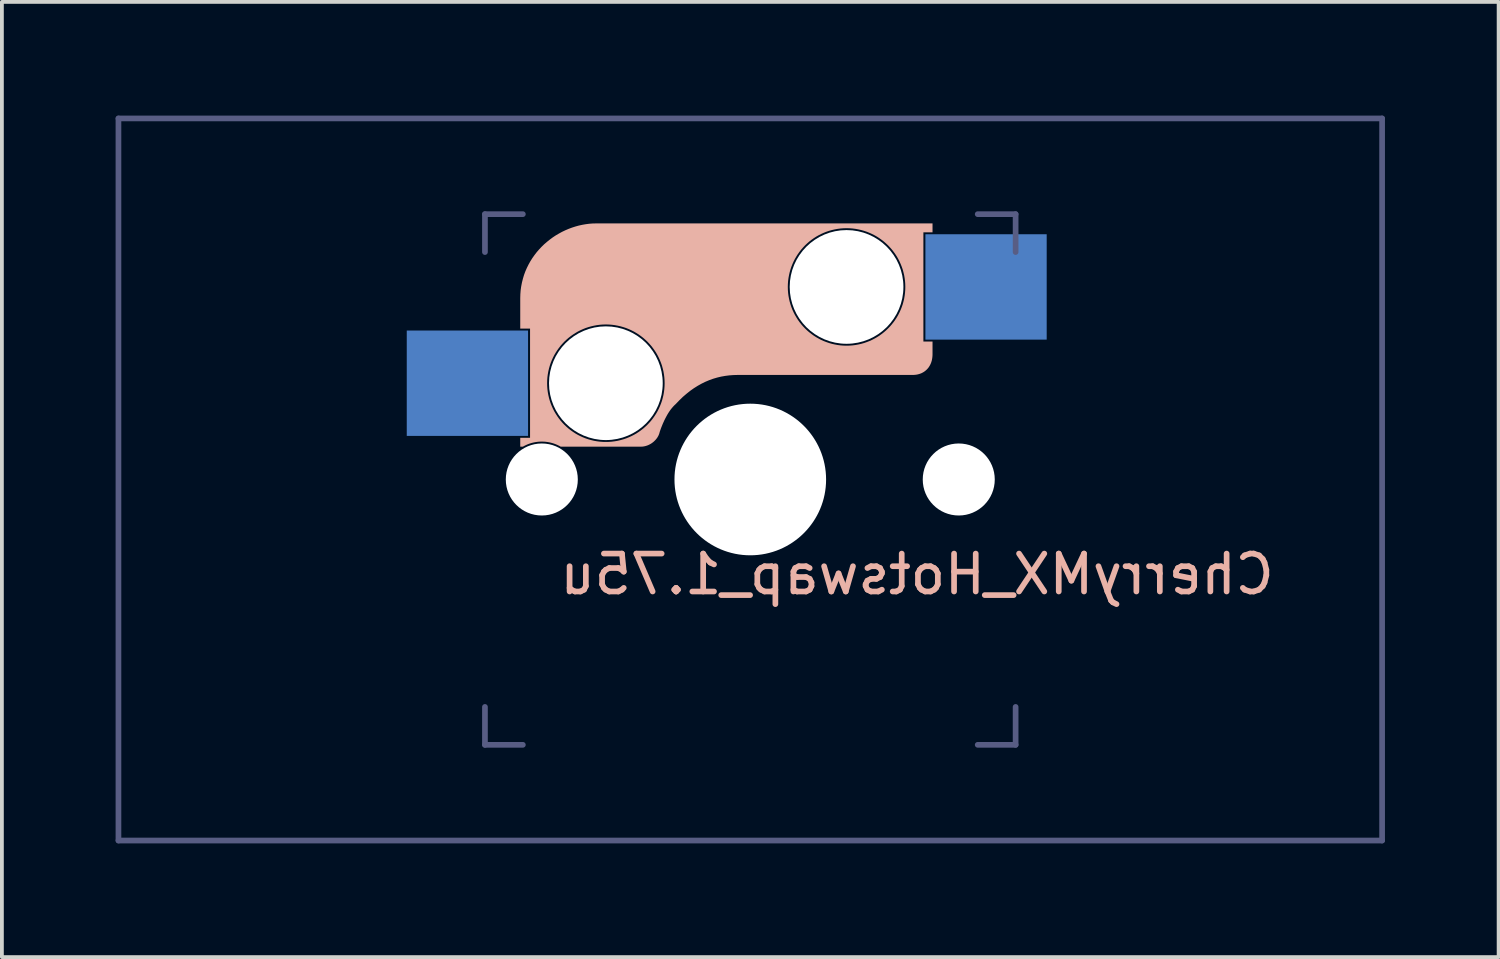
<source format=kicad_pcb>
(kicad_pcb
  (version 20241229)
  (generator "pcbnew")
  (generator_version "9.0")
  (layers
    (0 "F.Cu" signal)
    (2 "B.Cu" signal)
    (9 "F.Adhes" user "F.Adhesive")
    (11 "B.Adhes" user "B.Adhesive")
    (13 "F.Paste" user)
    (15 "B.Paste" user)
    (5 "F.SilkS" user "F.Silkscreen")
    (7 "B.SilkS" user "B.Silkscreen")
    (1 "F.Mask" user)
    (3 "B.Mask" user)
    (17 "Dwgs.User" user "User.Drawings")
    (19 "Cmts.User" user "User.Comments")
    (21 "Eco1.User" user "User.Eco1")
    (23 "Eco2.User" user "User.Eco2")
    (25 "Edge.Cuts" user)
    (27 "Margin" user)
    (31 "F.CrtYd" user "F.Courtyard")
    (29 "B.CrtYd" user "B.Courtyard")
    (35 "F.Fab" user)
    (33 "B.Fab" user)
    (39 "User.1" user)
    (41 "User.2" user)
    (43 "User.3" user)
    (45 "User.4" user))
  (footprint "CherryMX_Hotswap_1.75u"
    (layer "F.Cu")
    (at 16.744 9.6)
    (property "Reference" "CherryMX_Hotswap_1.75u" (at 4.4 2.5 0) (unlocked yes) (layer "B.SilkS") (effects (font (size 1 1) (thickness 0.15)) (justify mirror)))
    (attr through_hole)
    (fp_poly (pts (xy 4.808 -6.52) (xy 4.567 -6.52) (xy 4.567 -3.64) (xy 4.808 -3.64) (xy 4.808 -3.302) (xy 4.807 -3.272) (xy 4.805 -3.243) (xy 4.802 -3.215) (xy 4.798 -3.187) (xy 4.793 -3.16) (xy 4.787 -3.133) (xy 4.779 -3.108) (xy 4.771 -3.082) (xy 4.761 -3.058) (xy 4.75 -3.034) (xy 4.739 -3.012) (xy 4.726 -2.99) (xy 4.712 -2.968) (xy 4.698 -2.948) (xy 4.682 -2.929) (xy 4.665 -2.91) (xy 4.648 -2.893) (xy 4.629 -2.876) (xy 4.61 -2.861) (xy 4.59 -2.846) (xy 4.568 -2.832) (xy 4.546 -2.82) (xy 4.524 -2.808) (xy 4.5 -2.798) (xy 4.476 -2.789) (xy 4.45 -2.781) (xy 4.424 -2.774) (xy 4.397 -2.768) (xy 4.37 -2.764) (xy 4.342 -2.761) (xy 4.313 -2.759) (xy 4.283 -2.758) (xy -0.336 -2.758) (xy -0.446 -2.755) (xy -0.554 -2.747) (xy -0.662 -2.733) (xy -0.769 -2.714) (xy -0.874 -2.689) (xy -0.979 -2.658) (xy -1.082 -2.621) (xy -1.184 -2.578) (xy -1.286 -2.528) (xy -1.386 -2.472) (xy -1.485 -2.41) (xy -1.584 -2.34) (xy -1.681 -2.263) (xy -1.778 -2.18) (xy -1.873 -2.088) (xy -1.968 -1.989) (xy -2.003 -1.957) (xy -2.036 -1.922) (xy -2.068 -1.885) (xy -2.1 -1.845) (xy -2.13 -1.803) (xy -2.159 -1.759) (xy -2.187 -1.713) (xy -2.213 -1.666) (xy -2.239 -1.617) (xy -2.264 -1.568) (xy -2.287 -1.517) (xy -2.31 -1.466) (xy -2.331 -1.414) (xy -2.352 -1.362) (xy -2.371 -1.309) (xy -2.389 -1.257) (xy -2.394 -1.238) (xy -2.399 -1.219) (xy -2.406 -1.199) (xy -2.413 -1.181) (xy -2.421 -1.162) (xy -2.43 -1.144) (xy -2.441 -1.126) (xy -2.451 -1.108) (xy -2.463 -1.091) (xy -2.476 -1.074) (xy -2.489 -1.058) (xy -2.503 -1.042) (xy -2.518 -1.027) (xy -2.533 -1.012) (xy -2.549 -0.997) (xy -2.565 -0.984) (xy -2.582 -0.971) (xy -2.6 -0.958) (xy -2.618 -0.946) (xy -2.637 -0.935) (xy -2.656 -0.925) (xy -2.675 -0.915) (xy -2.695 -0.906) (xy -2.715 -0.898) (xy -2.736 -0.891) (xy -2.756 -0.885) (xy -2.777 -0.879) (xy -2.798 -0.875) (xy -2.82 -0.871) (xy -2.841 -0.868) (xy -2.863 -0.867) (xy -2.884 -0.866) (xy -5.001 -0.866) (xy -5.029 -0.882) (xy -5.057 -0.896) (xy -5.086 -0.91) (xy -5.116 -0.923) (xy -5.145 -0.935) (xy -5.176 -0.946) (xy -5.206 -0.956) (xy -5.238 -0.965) (xy -5.269 -0.973) (xy -5.301 -0.98) (xy -5.333 -0.986) (xy -5.366 -0.991) (xy -5.399 -0.995) (xy -5.432 -0.998) (xy -5.466 -0.999) (xy -5.5 -1) (xy -5.534 -0.999) (xy -5.567 -0.998) (xy -5.601 -0.995) (xy -5.634 -0.991) (xy -5.667 -0.986) (xy -5.699 -0.98) (xy -5.731 -0.973) (xy -5.763 -0.965) (xy -5.794 -0.956) (xy -5.824 -0.946) (xy -5.855 -0.935) (xy -5.885 -0.923) (xy -5.914 -0.91) (xy -5.943 -0.896) (xy -5.971 -0.882) (xy -5.999 -0.866) (xy -6.069 -0.866) (xy -6.069 -1.1) (xy -5.81 -1.1) (xy -5.81 -2.54) (xy -5.36 -2.54) (xy -5.358 -2.461) (xy -5.352 -2.382) (xy -5.342 -2.304) (xy -5.328 -2.228) (xy -5.311 -2.153) (xy -5.29 -2.079) (xy -5.266 -2.007) (xy -5.238 -1.937) (xy -5.207 -1.868) (xy -5.173 -1.801) (xy -5.135 -1.737) (xy -5.095 -1.674) (xy -5.052 -1.613) (xy -5.006 -1.554) (xy -4.957 -1.498) (xy -4.906 -1.444) (xy -4.852 -1.393) (xy -4.796 -1.344) (xy -4.737 -1.298) (xy -4.676 -1.255) (xy -4.613 -1.214) (xy -4.549 -1.177) (xy -4.482 -1.143) (xy -4.413 -1.112) (xy -4.343 -1.084) (xy -4.271 -1.06) (xy -4.197 -1.039) (xy -4.122 -1.021) (xy -4.046 -1.008) (xy -3.968 -0.998) (xy -3.89 -0.992) (xy -3.81 -0.99) (xy -3.73 -0.992) (xy -3.652 -0.998) (xy -3.574 -1.008) (xy -3.498 -1.021) (xy -3.423 -1.039) (xy -3.349 -1.06) (xy -3.277 -1.084) (xy -3.207 -1.112) (xy -3.138 -1.143) (xy -3.071 -1.177) (xy -3.006 -1.214) (xy -2.943 -1.255) (xy -2.883 -1.298) (xy -2.824 -1.344) (xy -2.768 -1.393) (xy -2.714 -1.444) (xy -2.663 -1.498) (xy -2.614 -1.554) (xy -2.568 -1.613) (xy -2.525 -1.674) (xy -2.484 -1.737) (xy -2.447 -1.801) (xy -2.413 -1.868) (xy -2.382 -1.937) (xy -2.354 -2.007) (xy -2.329 -2.079) (xy -2.309 -2.153) (xy -2.291 -2.228) (xy -2.278 -2.304) (xy -2.268 -2.382) (xy -2.262 -2.461) (xy -2.26 -2.54) (xy -2.262 -2.62) (xy -2.268 -2.699) (xy -2.278 -2.776) (xy -2.291 -2.852) (xy -2.309 -2.927) (xy -2.329 -3.001) (xy -2.354 -3.073) (xy -2.382 -3.143) (xy -2.413 -3.212) (xy -2.447 -3.279) (xy -2.484 -3.344) (xy -2.525 -3.406) (xy -2.568 -3.467) (xy -2.614 -3.526) (xy -2.663 -3.582) (xy -2.714 -3.636) (xy -2.768 -3.687) (xy -2.824 -3.736) (xy -2.883 -3.782) (xy -2.943 -3.825) (xy -3.006 -3.865) (xy -3.071 -3.903) (xy -3.138 -3.937) (xy -3.207 -3.968) (xy -3.277 -3.996) (xy -3.349 -4.02) (xy -3.423 -4.041) (xy -3.498 -4.058) (xy -3.574 -4.072) (xy -3.652 -4.082) (xy -3.73 -4.088) (xy -3.81 -4.09) (xy -3.89 -4.088) (xy -3.968 -4.082) (xy -4.046 -4.072) (xy -4.122 -4.058) (xy -4.197 -4.041) (xy -4.271 -4.02) (xy -4.343 -3.996) (xy -4.413 -3.968) (xy -4.482 -3.937) (xy -4.549 -3.903) (xy -4.613 -3.865) (xy -4.676 -3.825) (xy -4.737 -3.782) (xy -4.796 -3.736) (xy -4.852 -3.687) (xy -4.906 -3.636) (xy -4.957 -3.582) (xy -5.006 -3.526) (xy -5.052 -3.467) (xy -5.095 -3.406) (xy -5.135 -3.344) (xy -5.173 -3.279) (xy -5.207 -3.212) (xy -5.238 -3.143) (xy -5.266 -3.073) (xy -5.29 -3.001) (xy -5.311 -2.927) (xy -5.328 -2.852) (xy -5.342 -2.776) (xy -5.352 -2.699) (xy -5.358 -2.62) (xy -5.36 -2.54) (xy -5.81 -2.54) (xy -5.81 -3.98) (xy -6.069 -3.98) (xy -6.069 -4.779) (xy -6.066 -4.887) (xy -6.058 -4.994) (xy -6.046 -5.08) (xy 0.99 -5.08) (xy 0.992 -5) (xy 0.998 -4.922) (xy 1.008 -4.844) (xy 1.022 -4.768) (xy 1.039 -4.693) (xy 1.06 -4.62) (xy 1.084 -4.548) (xy 1.112 -4.477) (xy 1.143 -4.409) (xy 1.177 -4.342) (xy 1.215 -4.277) (xy 1.255 -4.214) (xy 1.298 -4.153) (xy 1.344 -4.095) (xy 1.393 -4.038) (xy 1.444 -3.985) (xy 1.498 -3.933) (xy 1.554 -3.885) (xy 1.613 -3.839) (xy 1.674 -3.795) (xy 1.737 -3.755) (xy 1.802 -3.718) (xy 1.868 -3.683) (xy 1.937 -3.652) (xy 2.007 -3.625) (xy 2.079 -3.6) (xy 2.153 -3.579) (xy 2.228 -3.562) (xy 2.304 -3.548) (xy 2.382 -3.538) (xy 2.46 -3.532) (xy 2.54 -3.53) (xy 2.62 -3.532) (xy 2.698 -3.538) (xy 2.776 -3.548) (xy 2.852 -3.562) (xy 2.927 -3.579) (xy 3.001 -3.6) (xy 3.073 -3.625) (xy 3.143 -3.652) (xy 3.212 -3.683) (xy 3.279 -3.718) (xy 3.344 -3.755) (xy 3.407 -3.795) (xy 3.467 -3.839) (xy 3.526 -3.885) (xy 3.582 -3.933) (xy 3.636 -3.985) (xy 3.687 -4.038) (xy 3.736 -4.095) (xy 3.782 -4.153) (xy 3.825 -4.214) (xy 3.866 -4.277) (xy 3.903 -4.342) (xy 3.937 -4.409) (xy 3.968 -4.477) (xy 3.996 -4.548) (xy 4.021 -4.62) (xy 4.041 -4.693) (xy 4.059 -4.768) (xy 4.072 -4.844) (xy 4.082 -4.922) (xy 4.088 -5) (xy 4.09 -5.08) (xy 4.088 -5.16) (xy 4.082 -5.239) (xy 4.072 -5.316) (xy 4.059 -5.392) (xy 4.041 -5.467) (xy 4.021 -5.541) (xy 3.996 -5.613) (xy 3.968 -5.683) (xy 3.937 -5.752) (xy 3.903 -5.819) (xy 3.866 -5.884) (xy 3.825 -5.947) (xy 3.782 -6.007) (xy 3.736 -6.066) (xy 3.687 -6.122) (xy 3.636 -6.176) (xy 3.582 -6.227) (xy 3.526 -6.276) (xy 3.467 -6.322) (xy 3.407 -6.365) (xy 3.344 -6.406) (xy 3.279 -6.443) (xy 3.212 -6.477) (xy 3.143 -6.508) (xy 3.073 -6.536) (xy 3.001 -6.56) (xy 2.927 -6.581) (xy 2.852 -6.598) (xy 2.776 -6.612) (xy 2.698 -6.622) (xy 2.62 -6.628) (xy 2.54 -6.63) (xy 2.46 -6.628) (xy 2.382 -6.622) (xy 2.304 -6.612) (xy 2.228 -6.598) (xy 2.153 -6.581) (xy 2.079 -6.56) (xy 2.007 -6.536) (xy 1.937 -6.508) (xy 1.868 -6.477) (xy 1.802 -6.443) (xy 1.737 -6.406) (xy 1.674 -6.365) (xy 1.613 -6.322) (xy 1.554 -6.276) (xy 1.498 -6.227) (xy 1.444 -6.176) (xy 1.393 -6.122) (xy 1.344 -6.066) (xy 1.298 -6.007) (xy 1.255 -5.947) (xy 1.215 -5.884) (xy 1.177 -5.819) (xy 1.143 -5.752) (xy 1.112 -5.683) (xy 1.084 -5.613) (xy 1.06 -5.541) (xy 1.039 -5.467) (xy 1.022 -5.392) (xy 1.008 -5.316) (xy 0.998 -5.239) (xy 0.992 -5.16) (xy 0.99 -5.08) (xy -6.046 -5.08) (xy -6.043 -5.098) (xy -6.023 -5.2) (xy -5.998 -5.299) (xy -5.969 -5.396) (xy -5.934 -5.491) (xy -5.894 -5.582) (xy -5.85 -5.671) (xy -5.802 -5.757) (xy -5.75 -5.84) (xy -5.694 -5.919) (xy -5.635 -5.996) (xy -5.571 -6.07) (xy -5.505 -6.14) (xy -5.436 -6.207) (xy -5.363 -6.27) (xy -5.288 -6.33) (xy -5.211 -6.387) (xy -5.131 -6.44) (xy -5.049 -6.488) (xy -4.965 -6.534) (xy -4.879 -6.575) (xy -4.792 -6.612) (xy -4.704 -6.645) (xy -4.614 -6.674) (xy -4.524 -6.699) (xy -4.432 -6.719) (xy -4.34 -6.735) (xy -4.248 -6.747) (xy -4.156 -6.754) (xy -4.063 -6.756) (xy 4.808 -6.756)) (stroke (width -0.000001) (type solid)) (fill yes) (layer "B.SilkS"))
    (fp_line (start -16.669 -9.525) (end 16.669 -9.525) (stroke (width 0.15) (type solid)) (layer "B.Fab"))
    (fp_line (start -16.669 9.525) (end -16.669 -9.525) (stroke (width 0.15) (type solid)) (layer "B.Fab"))
    (fp_line (start -7 -7) (end -6 -7) (stroke (width 0.15) (type solid)) (layer "B.Fab"))
    (fp_line (start -7 -6) (end -7 -7) (stroke (width 0.15) (type solid)) (layer "B.Fab"))
    (fp_line (start -7 6) (end -7 7) (stroke (width 0.15) (type solid)) (layer "B.Fab"))
    (fp_line (start -7 7) (end -6 7) (stroke (width 0.15) (type solid)) (layer "B.Fab"))
    (fp_line (start 6 7) (end 7 7) (stroke (width 0.15) (type solid)) (layer "B.Fab"))
    (fp_line (start 7 -7) (end 6 -7) (stroke (width 0.15) (type solid)) (layer "B.Fab"))
    (fp_line (start 7 -7) (end 7 -6) (stroke (width 0.15) (type solid)) (layer "B.Fab"))
    (fp_line (start 7 7) (end 7 6) (stroke (width 0.15) (type solid)) (layer "B.Fab"))
    (fp_line (start 16.669 -9.525) (end 16.669 9.525) (stroke (width 0.15) (type solid)) (layer "B.Fab"))
    (fp_line (start 16.669 9.525) (end -16.669 9.525) (stroke (width 0.15) (type solid)) (layer "B.Fab"))
    (pad "" np_thru_hole circle (at -5.5 0 90) (size 1.9 1.9) (drill 1.9) (layers "*.Cu" "*.Mask"))
    (pad "" np_thru_hole circle (at -3.81 -2.54) (size 3 3) (drill 3) (layers "*.Cu" "*.Mask"))
    (pad "" np_thru_hole circle (at 0 0 90) (size 4 4) (drill 4) (layers "*.Cu"))
    (pad "" np_thru_hole circle (at 2.54 -5.08) (size 3 3) (drill 3) (layers "*.Cu" "*.Mask"))
    (pad "" np_thru_hole circle (at 5.5 0 90) (size 1.9 1.9) (drill 1.9) (layers "*.Cu" "*.Mask"))
    (pad "1" smd rect (at -7.085 -2.54 180) (size 3.2 2.78) (drill (offset 0.378 0)) (layers "B.Cu" "B.Mask" "B.Paste"))
    (pad "2" smd rect (at 5.842 -5.08 180) (size 3.2 2.78) (drill (offset -0.378 0)) (layers "B.Cu" "B.Mask" "B.Paste")))
  (gr_rect
    (start -3 -3)
    (end 36.487 22.2)
    (stroke (width 0.1) (type default))
    (fill no)
    (layer "Edge.Cuts")))
</source>
